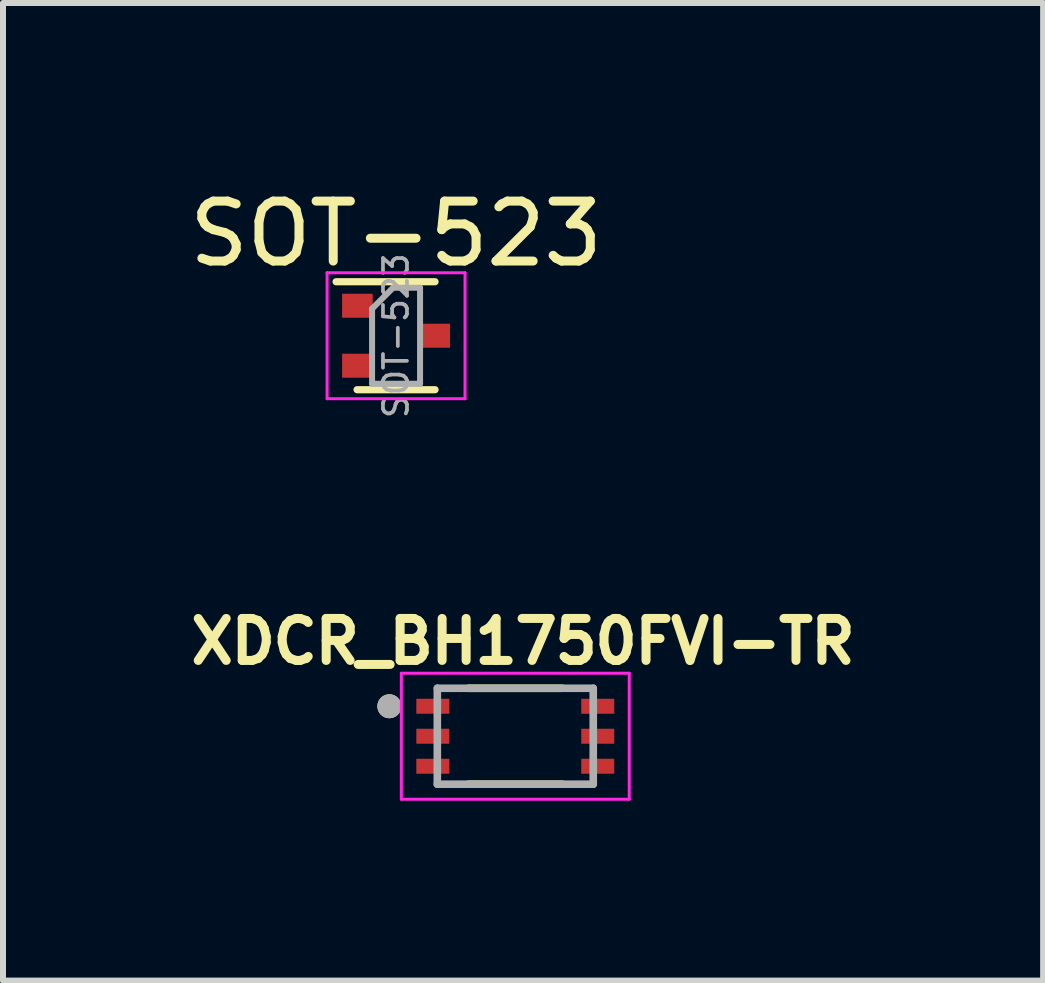
<source format=kicad_pcb>
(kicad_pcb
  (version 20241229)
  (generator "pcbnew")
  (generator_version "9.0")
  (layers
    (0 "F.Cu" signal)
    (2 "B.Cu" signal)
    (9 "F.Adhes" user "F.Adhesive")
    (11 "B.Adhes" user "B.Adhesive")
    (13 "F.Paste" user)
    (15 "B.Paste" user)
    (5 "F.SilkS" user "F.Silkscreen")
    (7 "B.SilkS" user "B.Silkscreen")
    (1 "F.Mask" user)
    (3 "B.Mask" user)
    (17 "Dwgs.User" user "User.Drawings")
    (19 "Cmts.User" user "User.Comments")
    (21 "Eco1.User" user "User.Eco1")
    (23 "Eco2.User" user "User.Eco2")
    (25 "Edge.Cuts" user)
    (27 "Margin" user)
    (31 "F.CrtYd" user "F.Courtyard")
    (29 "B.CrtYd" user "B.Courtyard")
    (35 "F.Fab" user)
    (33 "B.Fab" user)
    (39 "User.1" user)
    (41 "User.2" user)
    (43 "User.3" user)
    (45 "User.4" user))
  (footprint "XDCR_BH1750FVI-TR"
    (layer "F.Cu")
    (at 5.542 9.226)
    (property "Reference" "XDCR_BH1750FVI-TR" (at 0.13 -1.58 180) (layer "F.SilkS") (effects (font (size 0.7 0.7) (thickness 0.15))))
    (attr smd)
    (fp_line (start -0.78 0.8) (end 0.78 0.8) (stroke (width 0.127) (type solid)) (layer "F.SilkS"))
    (fp_line (start 0.78 -0.8) (end -0.78 -0.8) (stroke (width 0.127) (type solid)) (layer "F.SilkS"))
    (fp_circle (center -2.1 -0.5) (end -2 -0.5) (stroke (width 0.2) (type solid)) (fill no) (layer "F.SilkS"))
    (fp_line (start -1.9 -1.05) (end 1.9 -1.05) (stroke (width 0.05) (type solid)) (layer "F.CrtYd"))
    (fp_line (start -1.9 1.05) (end -1.9 -1.05) (stroke (width 0.05) (type solid)) (layer "F.CrtYd"))
    (fp_line (start 1.9 -1.05) (end 1.9 1.05) (stroke (width 0.05) (type solid)) (layer "F.CrtYd"))
    (fp_line (start 1.9 1.05) (end -1.9 1.05) (stroke (width 0.05) (type solid)) (layer "F.CrtYd"))
    (fp_line (start -1.3 -0.8) (end -1.3 0.8) (stroke (width 0.127) (type solid)) (layer "F.Fab"))
    (fp_line (start -1.3 0.8) (end 1.3 0.8) (stroke (width 0.127) (type solid)) (layer "F.Fab"))
    (fp_line (start 1.3 -0.8) (end -1.3 -0.8) (stroke (width 0.127) (type solid)) (layer "F.Fab"))
    (fp_line (start 1.3 0.8) (end 1.3 -0.8) (stroke (width 0.127) (type solid)) (layer "F.Fab"))
    (fp_circle (center -2.1 -0.5) (end -2 -0.5) (stroke (width 0.2) (type solid)) (fill no) (layer "F.Fab"))
    (pad "1" smd rect (at -1.375 -0.5) (size 0.55 0.25) (layers "F.Cu" "F.Mask" "F.Paste"))
    (pad "2" smd rect (at -1.375 0) (size 0.55 0.25) (layers "F.Cu" "F.Mask" "F.Paste"))
    (pad "3" smd rect (at -1.375 0.5) (size 0.55 0.25) (layers "F.Cu" "F.Mask" "F.Paste"))
    (pad "4" smd rect (at 1.375 0.5) (size 0.55 0.25) (layers "F.Cu" "F.Mask" "F.Paste"))
    (pad "5" smd rect (at 1.375 0) (size 0.55 0.25) (layers "F.Cu" "F.Mask" "F.Paste"))
    (pad "6" smd rect (at 1.375 -0.5) (size 0.55 0.25) (layers "F.Cu" "F.Mask" "F.Paste")))
  (footprint "SOT-523"
    (layer "F.Cu")
    (at 3.554 2.548)
    (property "Reference" "SOT-523" (at 0 -1.7 0) (layer "F.SilkS") (effects (font (size 1 1) (thickness 0.15))))
    (attr smd)
    (fp_line (start -1 -0.9) (end 0.65 -0.9) (stroke (width 0.12) (type solid)) (layer "F.SilkS"))
    (fp_line (start 0.65 0.9) (end -0.65 0.9) (stroke (width 0.12) (type solid)) (layer "F.SilkS"))
    (fp_line (start -1.15 -1.05) (end -1.15 1.05) (stroke (width 0.05) (type solid)) (layer "F.CrtYd"))
    (fp_line (start -1.15 -1.05) (end 1.15 -1.05) (stroke (width 0.05) (type solid)) (layer "F.CrtYd"))
    (fp_line (start 1.15 1.05) (end -1.15 1.05) (stroke (width 0.05) (type solid)) (layer "F.CrtYd"))
    (fp_line (start 1.15 1.05) (end 1.15 -1.05) (stroke (width 0.05) (type solid)) (layer "F.CrtYd"))
    (fp_line (start -0.4 -0.45) (end -0.4 0.8) (stroke (width 0.1) (type solid)) (layer "F.Fab"))
    (fp_line (start -0.4 -0.45) (end -0.05 -0.8) (stroke (width 0.1) (type solid)) (layer "F.Fab"))
    (fp_line (start -0.4 0.8) (end 0.4 0.8) (stroke (width 0.1) (type solid)) (layer "F.Fab"))
    (fp_line (start 0.4 -0.8) (end -0.05 -0.8) (stroke (width 0.1) (type solid)) (layer "F.Fab"))
    (fp_line (start 0.4 0.8) (end 0.4 -0.8) (stroke (width 0.1) (type solid)) (layer "F.Fab"))
    (fp_text user "${REFERENCE}" (at 0 0 270) (layer "F.Fab") (effects (font (size 0.4 0.4) (thickness 0.062))))
    (pad "1" smd rect (at -0.645 -0.5 180) (size 0.51 0.4) (layers "F.Cu" "F.Mask" "F.Paste"))
    (pad "2" smd rect (at -0.645 0.5 180) (size 0.51 0.4) (layers "F.Cu" "F.Mask" "F.Paste"))
    (pad "3" smd rect (at 0.645 0 180) (size 0.51 0.4) (layers "F.Cu" "F.Mask" "F.Paste")))
  (gr_rect
    (start -3 -3)
    (end 14.343 13.301)
    (stroke (width 0.1) (type default))
    (fill no)
    (layer "Edge.Cuts")))
</source>
